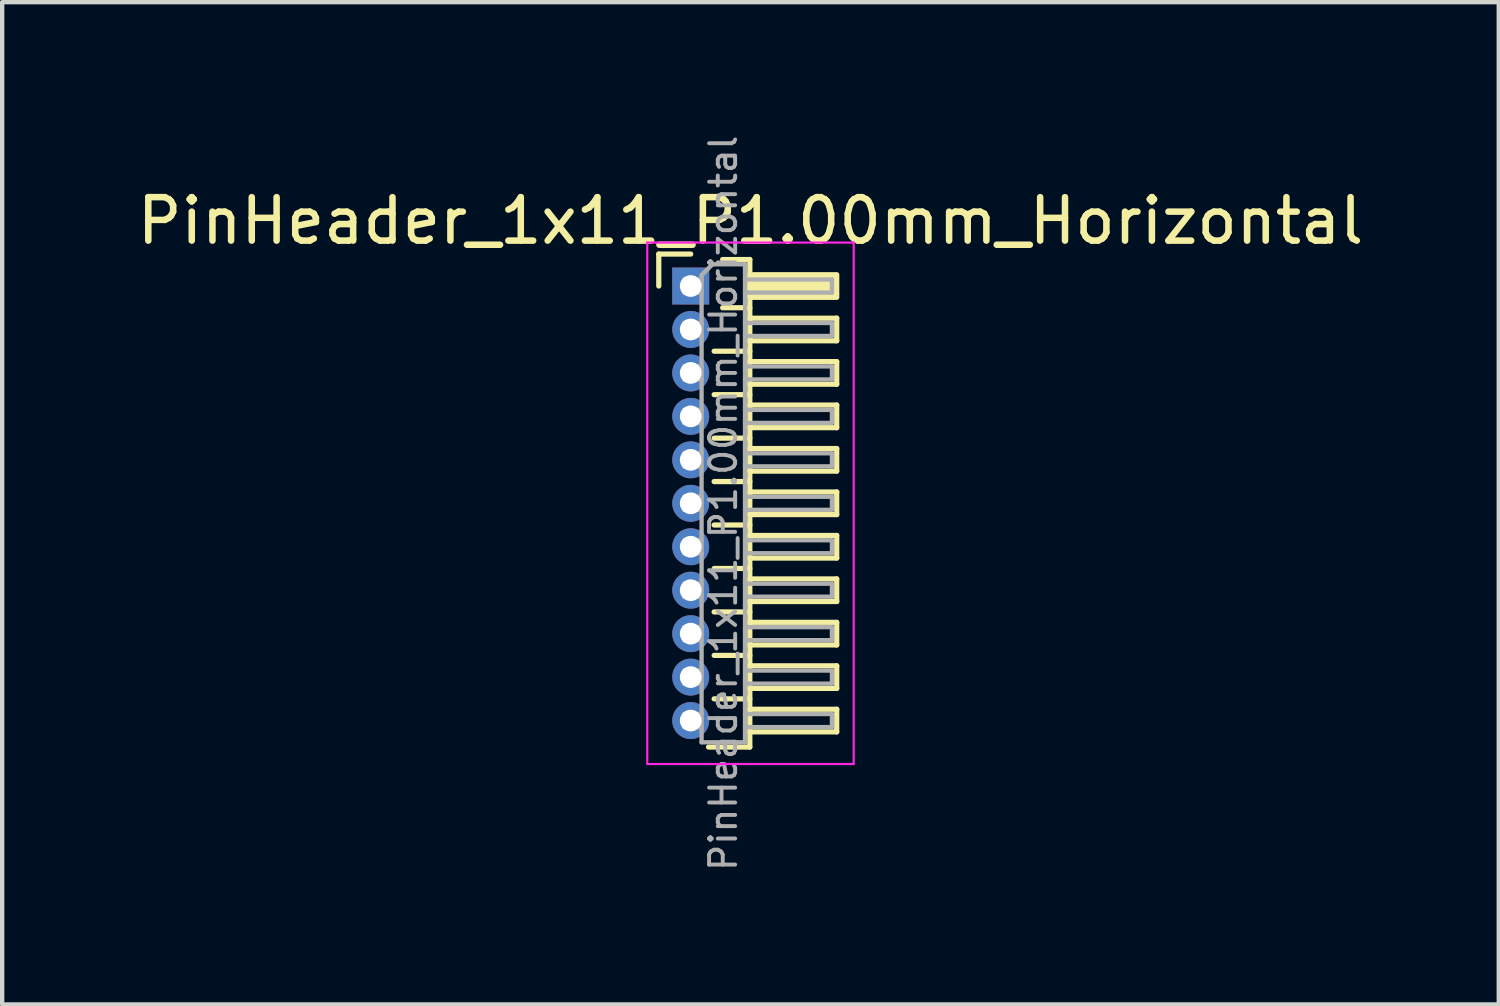
<source format=kicad_pcb>
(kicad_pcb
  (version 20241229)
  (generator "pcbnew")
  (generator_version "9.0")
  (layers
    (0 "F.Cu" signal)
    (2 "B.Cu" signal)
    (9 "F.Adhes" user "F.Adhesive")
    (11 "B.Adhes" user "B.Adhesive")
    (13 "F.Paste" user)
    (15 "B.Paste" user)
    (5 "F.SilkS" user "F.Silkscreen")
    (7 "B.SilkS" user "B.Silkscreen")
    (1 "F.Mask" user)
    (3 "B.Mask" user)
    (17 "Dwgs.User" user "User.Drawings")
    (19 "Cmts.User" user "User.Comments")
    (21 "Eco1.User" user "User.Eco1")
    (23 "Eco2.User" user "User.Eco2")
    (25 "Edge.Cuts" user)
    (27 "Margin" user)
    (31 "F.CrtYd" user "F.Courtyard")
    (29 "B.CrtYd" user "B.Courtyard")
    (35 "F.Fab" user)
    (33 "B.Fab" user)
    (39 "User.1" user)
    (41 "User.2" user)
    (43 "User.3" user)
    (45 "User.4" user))
  (footprint "PinHeader_1x11_P1.00mm_Horizontal"
    (layer "F.Cu")
    (at 12.845 3.532)
    (property "Reference" "PinHeader_1x11_P1.00mm_Horizontal" (at 1.375 -1.5 0) (layer "F.SilkS") (effects (font (size 1 1) (thickness 0.15))))
    (attr through_hole)
    (fp_line (start -0.735 -0.735) (end 0 -0.735) (stroke (width 0.12) (type solid)) (layer "F.SilkS"))
    (fp_line (start -0.735 0) (end -0.735 -0.735) (stroke (width 0.12) (type solid)) (layer "F.SilkS"))
    (fp_line (start 0.539 1.5) (end 1.36 1.5) (stroke (width 0.12) (type solid)) (layer "F.SilkS"))
    (fp_line (start 0.539 2.5) (end 1.36 2.5) (stroke (width 0.12) (type solid)) (layer "F.SilkS"))
    (fp_line (start 0.539 3.5) (end 1.36 3.5) (stroke (width 0.12) (type solid)) (layer "F.SilkS"))
    (fp_line (start 0.539 4.5) (end 1.36 4.5) (stroke (width 0.12) (type solid)) (layer "F.SilkS"))
    (fp_line (start 0.539 5.5) (end 1.36 5.5) (stroke (width 0.12) (type solid)) (layer "F.SilkS"))
    (fp_line (start 0.539 6.5) (end 1.36 6.5) (stroke (width 0.12) (type solid)) (layer "F.SilkS"))
    (fp_line (start 0.539 7.5) (end 1.36 7.5) (stroke (width 0.12) (type solid)) (layer "F.SilkS"))
    (fp_line (start 0.539 8.5) (end 1.36 8.5) (stroke (width 0.12) (type solid)) (layer "F.SilkS"))
    (fp_line (start 0.539 9.5) (end 1.36 9.5) (stroke (width 0.12) (type solid)) (layer "F.SilkS"))
    (fp_line (start 0.735 -0.61) (end 1.36 -0.61) (stroke (width 0.12) (type solid)) (layer "F.SilkS"))
    (fp_line (start 0.735 0.5) (end 1.36 0.5) (stroke (width 0.12) (type solid)) (layer "F.SilkS"))
    (fp_line (start 1.36 -0.61) (end 1.36 10.61) (stroke (width 0.12) (type solid)) (layer "F.SilkS"))
    (fp_line (start 1.36 0.74) (end 3.36 0.74) (stroke (width 0.12) (type solid)) (layer "F.SilkS"))
    (fp_line (start 1.36 1.74) (end 3.36 1.74) (stroke (width 0.12) (type solid)) (layer "F.SilkS"))
    (fp_line (start 1.36 2.74) (end 3.36 2.74) (stroke (width 0.12) (type solid)) (layer "F.SilkS"))
    (fp_line (start 1.36 3.74) (end 3.36 3.74) (stroke (width 0.12) (type solid)) (layer "F.SilkS"))
    (fp_line (start 1.36 4.74) (end 3.36 4.74) (stroke (width 0.12) (type solid)) (layer "F.SilkS"))
    (fp_line (start 1.36 5.74) (end 3.36 5.74) (stroke (width 0.12) (type solid)) (layer "F.SilkS"))
    (fp_line (start 1.36 6.74) (end 3.36 6.74) (stroke (width 0.12) (type solid)) (layer "F.SilkS"))
    (fp_line (start 1.36 7.74) (end 3.36 7.74) (stroke (width 0.12) (type solid)) (layer "F.SilkS"))
    (fp_line (start 1.36 8.74) (end 3.36 8.74) (stroke (width 0.12) (type solid)) (layer "F.SilkS"))
    (fp_line (start 1.36 9.74) (end 3.36 9.74) (stroke (width 0.12) (type solid)) (layer "F.SilkS"))
    (fp_line (start 1.36 10.61) (end 0.41 10.61) (stroke (width 0.12) (type solid)) (layer "F.SilkS"))
    (fp_line (start 3.36 0.74) (end 3.36 1.26) (stroke (width 0.12) (type solid)) (layer "F.SilkS"))
    (fp_line (start 3.36 1.26) (end 1.36 1.26) (stroke (width 0.12) (type solid)) (layer "F.SilkS"))
    (fp_line (start 3.36 1.74) (end 3.36 2.26) (stroke (width 0.12) (type solid)) (layer "F.SilkS"))
    (fp_line (start 3.36 2.26) (end 1.36 2.26) (stroke (width 0.12) (type solid)) (layer "F.SilkS"))
    (fp_line (start 3.36 2.74) (end 3.36 3.26) (stroke (width 0.12) (type solid)) (layer "F.SilkS"))
    (fp_line (start 3.36 3.26) (end 1.36 3.26) (stroke (width 0.12) (type solid)) (layer "F.SilkS"))
    (fp_line (start 3.36 3.74) (end 3.36 4.26) (stroke (width 0.12) (type solid)) (layer "F.SilkS"))
    (fp_line (start 3.36 4.26) (end 1.36 4.26) (stroke (width 0.12) (type solid)) (layer "F.SilkS"))
    (fp_line (start 3.36 4.74) (end 3.36 5.26) (stroke (width 0.12) (type solid)) (layer "F.SilkS"))
    (fp_line (start 3.36 5.26) (end 1.36 5.26) (stroke (width 0.12) (type solid)) (layer "F.SilkS"))
    (fp_line (start 3.36 5.74) (end 3.36 6.26) (stroke (width 0.12) (type solid)) (layer "F.SilkS"))
    (fp_line (start 3.36 6.26) (end 1.36 6.26) (stroke (width 0.12) (type solid)) (layer "F.SilkS"))
    (fp_line (start 3.36 6.74) (end 3.36 7.26) (stroke (width 0.12) (type solid)) (layer "F.SilkS"))
    (fp_line (start 3.36 7.26) (end 1.36 7.26) (stroke (width 0.12) (type solid)) (layer "F.SilkS"))
    (fp_line (start 3.36 7.74) (end 3.36 8.26) (stroke (width 0.12) (type solid)) (layer "F.SilkS"))
    (fp_line (start 3.36 8.26) (end 1.36 8.26) (stroke (width 0.12) (type solid)) (layer "F.SilkS"))
    (fp_line (start 3.36 8.74) (end 3.36 9.26) (stroke (width 0.12) (type solid)) (layer "F.SilkS"))
    (fp_line (start 3.36 9.26) (end 1.36 9.26) (stroke (width 0.12) (type solid)) (layer "F.SilkS"))
    (fp_line (start 3.36 9.74) (end 3.36 10.26) (stroke (width 0.12) (type solid)) (layer "F.SilkS"))
    (fp_line (start 3.36 10.26) (end 1.36 10.26) (stroke (width 0.12) (type solid)) (layer "F.SilkS"))
    (fp_rect (start 1.36 -0.26) (end 3.36 0.26) (stroke (width 0.12) (type solid)) (fill yes) (layer "F.SilkS"))
    (fp_line (start -1 -1) (end -1 11) (stroke (width 0.05) (type solid)) (layer "F.CrtYd"))
    (fp_line (start -1 11) (end 3.75 11) (stroke (width 0.05) (type solid)) (layer "F.CrtYd"))
    (fp_line (start 3.75 -1) (end -1 -1) (stroke (width 0.05) (type solid)) (layer "F.CrtYd"))
    (fp_line (start 3.75 11) (end 3.75 -1) (stroke (width 0.05) (type solid)) (layer "F.CrtYd"))
    (fp_line (start -0.15 -0.15) (end -0.15 0.15) (stroke (width 0.1) (type solid)) (layer "F.Fab"))
    (fp_line (start -0.15 -0.15) (end 0.25 -0.15) (stroke (width 0.1) (type solid)) (layer "F.Fab"))
    (fp_line (start -0.15 0.15) (end 0.25 0.15) (stroke (width 0.1) (type solid)) (layer "F.Fab"))
    (fp_line (start -0.15 0.85) (end -0.15 1.15) (stroke (width 0.1) (type solid)) (layer "F.Fab"))
    (fp_line (start -0.15 0.85) (end 0.25 0.85) (stroke (width 0.1) (type solid)) (layer "F.Fab"))
    (fp_line (start -0.15 1.15) (end 0.25 1.15) (stroke (width 0.1) (type solid)) (layer "F.Fab"))
    (fp_line (start -0.15 1.85) (end -0.15 2.15) (stroke (width 0.1) (type solid)) (layer "F.Fab"))
    (fp_line (start -0.15 1.85) (end 0.25 1.85) (stroke (width 0.1) (type solid)) (layer "F.Fab"))
    (fp_line (start -0.15 2.15) (end 0.25 2.15) (stroke (width 0.1) (type solid)) (layer "F.Fab"))
    (fp_line (start -0.15 2.85) (end -0.15 3.15) (stroke (width 0.1) (type solid)) (layer "F.Fab"))
    (fp_line (start -0.15 2.85) (end 0.25 2.85) (stroke (width 0.1) (type solid)) (layer "F.Fab"))
    (fp_line (start -0.15 3.15) (end 0.25 3.15) (stroke (width 0.1) (type solid)) (layer "F.Fab"))
    (fp_line (start -0.15 3.85) (end -0.15 4.15) (stroke (width 0.1) (type solid)) (layer "F.Fab"))
    (fp_line (start -0.15 3.85) (end 0.25 3.85) (stroke (width 0.1) (type solid)) (layer "F.Fab"))
    (fp_line (start -0.15 4.15) (end 0.25 4.15) (stroke (width 0.1) (type solid)) (layer "F.Fab"))
    (fp_line (start -0.15 4.85) (end -0.15 5.15) (stroke (width 0.1) (type solid)) (layer "F.Fab"))
    (fp_line (start -0.15 4.85) (end 0.25 4.85) (stroke (width 0.1) (type solid)) (layer "F.Fab"))
    (fp_line (start -0.15 5.15) (end 0.25 5.15) (stroke (width 0.1) (type solid)) (layer "F.Fab"))
    (fp_line (start -0.15 5.85) (end -0.15 6.15) (stroke (width 0.1) (type solid)) (layer "F.Fab"))
    (fp_line (start -0.15 5.85) (end 0.25 5.85) (stroke (width 0.1) (type solid)) (layer "F.Fab"))
    (fp_line (start -0.15 6.15) (end 0.25 6.15) (stroke (width 0.1) (type solid)) (layer "F.Fab"))
    (fp_line (start -0.15 6.85) (end -0.15 7.15) (stroke (width 0.1) (type solid)) (layer "F.Fab"))
    (fp_line (start -0.15 6.85) (end 0.25 6.85) (stroke (width 0.1) (type solid)) (layer "F.Fab"))
    (fp_line (start -0.15 7.15) (end 0.25 7.15) (stroke (width 0.1) (type solid)) (layer "F.Fab"))
    (fp_line (start -0.15 7.85) (end -0.15 8.15) (stroke (width 0.1) (type solid)) (layer "F.Fab"))
    (fp_line (start -0.15 7.85) (end 0.25 7.85) (stroke (width 0.1) (type solid)) (layer "F.Fab"))
    (fp_line (start -0.15 8.15) (end 0.25 8.15) (stroke (width 0.1) (type solid)) (layer "F.Fab"))
    (fp_line (start -0.15 8.85) (end -0.15 9.15) (stroke (width 0.1) (type solid)) (layer "F.Fab"))
    (fp_line (start -0.15 8.85) (end 0.25 8.85) (stroke (width 0.1) (type solid)) (layer "F.Fab"))
    (fp_line (start -0.15 9.15) (end 0.25 9.15) (stroke (width 0.1) (type solid)) (layer "F.Fab"))
    (fp_line (start -0.15 9.85) (end -0.15 10.15) (stroke (width 0.1) (type solid)) (layer "F.Fab"))
    (fp_line (start -0.15 9.85) (end 0.25 9.85) (stroke (width 0.1) (type solid)) (layer "F.Fab"))
    (fp_line (start -0.15 10.15) (end 0.25 10.15) (stroke (width 0.1) (type solid)) (layer "F.Fab"))
    (fp_line (start 0.25 -0.25) (end 0.5 -0.5) (stroke (width 0.1) (type solid)) (layer "F.Fab"))
    (fp_line (start 0.25 10.5) (end 0.25 -0.25) (stroke (width 0.1) (type solid)) (layer "F.Fab"))
    (fp_line (start 0.5 -0.5) (end 1.25 -0.5) (stroke (width 0.1) (type solid)) (layer "F.Fab"))
    (fp_line (start 1.25 -0.5) (end 1.25 10.5) (stroke (width 0.1) (type solid)) (layer "F.Fab"))
    (fp_line (start 1.25 -0.15) (end 3.25 -0.15) (stroke (width 0.1) (type solid)) (layer "F.Fab"))
    (fp_line (start 1.25 0.15) (end 3.25 0.15) (stroke (width 0.1) (type solid)) (layer "F.Fab"))
    (fp_line (start 1.25 0.85) (end 3.25 0.85) (stroke (width 0.1) (type solid)) (layer "F.Fab"))
    (fp_line (start 1.25 1.15) (end 3.25 1.15) (stroke (width 0.1) (type solid)) (layer "F.Fab"))
    (fp_line (start 1.25 1.85) (end 3.25 1.85) (stroke (width 0.1) (type solid)) (layer "F.Fab"))
    (fp_line (start 1.25 2.15) (end 3.25 2.15) (stroke (width 0.1) (type solid)) (layer "F.Fab"))
    (fp_line (start 1.25 2.85) (end 3.25 2.85) (stroke (width 0.1) (type solid)) (layer "F.Fab"))
    (fp_line (start 1.25 3.15) (end 3.25 3.15) (stroke (width 0.1) (type solid)) (layer "F.Fab"))
    (fp_line (start 1.25 3.85) (end 3.25 3.85) (stroke (width 0.1) (type solid)) (layer "F.Fab"))
    (fp_line (start 1.25 4.15) (end 3.25 4.15) (stroke (width 0.1) (type solid)) (layer "F.Fab"))
    (fp_line (start 1.25 4.85) (end 3.25 4.85) (stroke (width 0.1) (type solid)) (layer "F.Fab"))
    (fp_line (start 1.25 5.15) (end 3.25 5.15) (stroke (width 0.1) (type solid)) (layer "F.Fab"))
    (fp_line (start 1.25 5.85) (end 3.25 5.85) (stroke (width 0.1) (type solid)) (layer "F.Fab"))
    (fp_line (start 1.25 6.15) (end 3.25 6.15) (stroke (width 0.1) (type solid)) (layer "F.Fab"))
    (fp_line (start 1.25 6.85) (end 3.25 6.85) (stroke (width 0.1) (type solid)) (layer "F.Fab"))
    (fp_line (start 1.25 7.15) (end 3.25 7.15) (stroke (width 0.1) (type solid)) (layer "F.Fab"))
    (fp_line (start 1.25 7.85) (end 3.25 7.85) (stroke (width 0.1) (type solid)) (layer "F.Fab"))
    (fp_line (start 1.25 8.15) (end 3.25 8.15) (stroke (width 0.1) (type solid)) (layer "F.Fab"))
    (fp_line (start 1.25 8.85) (end 3.25 8.85) (stroke (width 0.1) (type solid)) (layer "F.Fab"))
    (fp_line (start 1.25 9.15) (end 3.25 9.15) (stroke (width 0.1) (type solid)) (layer "F.Fab"))
    (fp_line (start 1.25 9.85) (end 3.25 9.85) (stroke (width 0.1) (type solid)) (layer "F.Fab"))
    (fp_line (start 1.25 10.15) (end 3.25 10.15) (stroke (width 0.1) (type solid)) (layer "F.Fab"))
    (fp_line (start 1.25 10.5) (end 0.25 10.5) (stroke (width 0.1) (type solid)) (layer "F.Fab"))
    (fp_line (start 3.25 -0.15) (end 3.25 0.15) (stroke (width 0.1) (type solid)) (layer "F.Fab"))
    (fp_line (start 3.25 0.85) (end 3.25 1.15) (stroke (width 0.1) (type solid)) (layer "F.Fab"))
    (fp_line (start 3.25 1.85) (end 3.25 2.15) (stroke (width 0.1) (type solid)) (layer "F.Fab"))
    (fp_line (start 3.25 2.85) (end 3.25 3.15) (stroke (width 0.1) (type solid)) (layer "F.Fab"))
    (fp_line (start 3.25 3.85) (end 3.25 4.15) (stroke (width 0.1) (type solid)) (layer "F.Fab"))
    (fp_line (start 3.25 4.85) (end 3.25 5.15) (stroke (width 0.1) (type solid)) (layer "F.Fab"))
    (fp_line (start 3.25 5.85) (end 3.25 6.15) (stroke (width 0.1) (type solid)) (layer "F.Fab"))
    (fp_line (start 3.25 6.85) (end 3.25 7.15) (stroke (width 0.1) (type solid)) (layer "F.Fab"))
    (fp_line (start 3.25 7.85) (end 3.25 8.15) (stroke (width 0.1) (type solid)) (layer "F.Fab"))
    (fp_line (start 3.25 8.85) (end 3.25 9.15) (stroke (width 0.1) (type solid)) (layer "F.Fab"))
    (fp_line (start 3.25 9.85) (end 3.25 10.15) (stroke (width 0.1) (type solid)) (layer "F.Fab"))
    (fp_text user "${REFERENCE}" (at 0.75 5 90) (layer "F.Fab") (effects (font (size 0.6 0.6) (thickness 0.09))))
    (pad "1" thru_hole rect (at 0 0) (size 0.85 0.85) (drill 0.5) (layers "*.Cu" "*.Mask"))
    (pad "2" thru_hole circle (at 0 1) (size 0.85 0.85) (drill 0.5) (layers "*.Cu" "*.Mask"))
    (pad "3" thru_hole circle (at 0 2) (size 0.85 0.85) (drill 0.5) (layers "*.Cu" "*.Mask"))
    (pad "4" thru_hole circle (at 0 3) (size 0.85 0.85) (drill 0.5) (layers "*.Cu" "*.Mask"))
    (pad "5" thru_hole circle (at 0 4) (size 0.85 0.85) (drill 0.5) (layers "*.Cu" "*.Mask"))
    (pad "6" thru_hole circle (at 0 5) (size 0.85 0.85) (drill 0.5) (layers "*.Cu" "*.Mask"))
    (pad "7" thru_hole circle (at 0 6) (size 0.85 0.85) (drill 0.5) (layers "*.Cu" "*.Mask"))
    (pad "8" thru_hole circle (at 0 7) (size 0.85 0.85) (drill 0.5) (layers "*.Cu" "*.Mask"))
    (pad "9" thru_hole circle (at 0 8) (size 0.85 0.85) (drill 0.5) (layers "*.Cu" "*.Mask"))
    (pad "10" thru_hole circle (at 0 9) (size 0.85 0.85) (drill 0.5) (layers "*.Cu" "*.Mask"))
    (pad "11" thru_hole circle (at 0 10) (size 0.85 0.85) (drill 0.5) (layers "*.Cu" "*.Mask")))
  (gr_rect
    (start -3 -3)
    (end 31.44 20.064)
    (stroke (width 0.1) (type default))
    (fill no)
    (layer "Edge.Cuts")))
</source>
